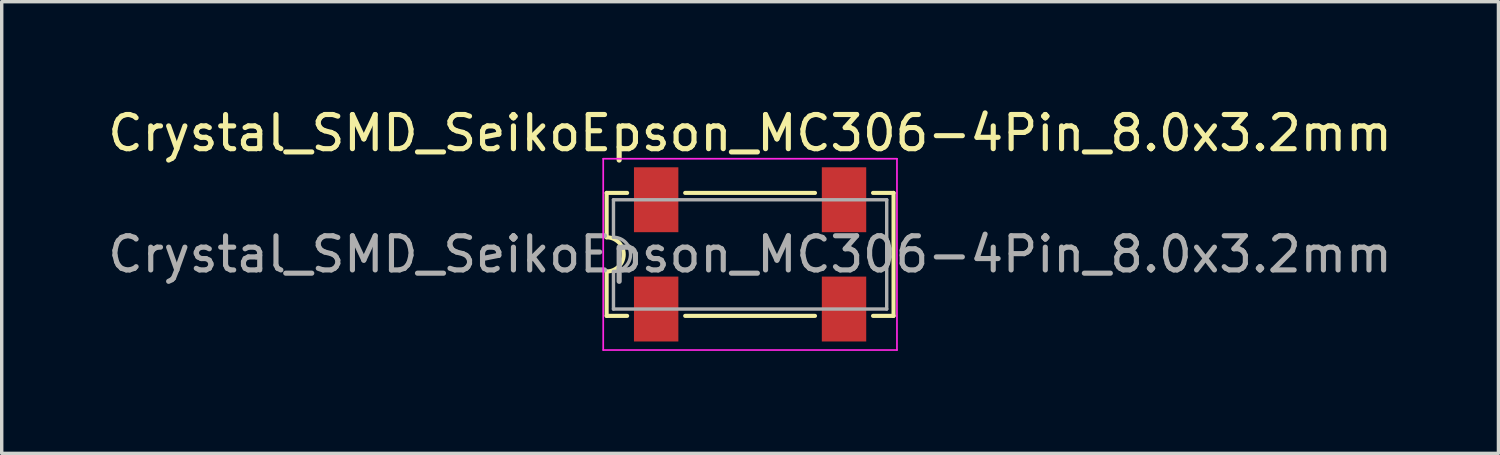
<source format=kicad_pcb>
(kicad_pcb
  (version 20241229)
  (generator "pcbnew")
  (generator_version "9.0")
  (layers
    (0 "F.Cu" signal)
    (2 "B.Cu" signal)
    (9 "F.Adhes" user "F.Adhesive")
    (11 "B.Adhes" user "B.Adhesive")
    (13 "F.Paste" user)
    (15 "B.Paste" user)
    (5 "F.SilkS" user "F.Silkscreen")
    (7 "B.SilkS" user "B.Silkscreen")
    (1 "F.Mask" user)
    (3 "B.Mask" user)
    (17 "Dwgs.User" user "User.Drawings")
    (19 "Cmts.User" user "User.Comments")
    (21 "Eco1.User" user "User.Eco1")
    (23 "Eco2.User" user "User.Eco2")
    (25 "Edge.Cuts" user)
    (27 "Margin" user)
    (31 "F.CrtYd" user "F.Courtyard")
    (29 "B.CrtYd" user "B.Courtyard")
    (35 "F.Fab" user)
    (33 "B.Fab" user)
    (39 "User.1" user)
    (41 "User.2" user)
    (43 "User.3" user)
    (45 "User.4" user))
  (footprint "Crystal_SMD_SeikoEpson_MC306-4Pin_8.0x3.2mm"
    (layer "F.Cu")
    (at 18.911 4.398)
    (property "Reference" "Crystal_SMD_SeikoEpson_MC306-4Pin_8.0x3.2mm" (at 0 -3.55 0) (layer "F.SilkS") (effects (font (size 1 1) (thickness 0.15))))
    (attr smd)
    (fp_line (start -4.2 -1.8) (end -3.6 -1.8) (stroke (width 0.12) (type solid)) (layer "F.SilkS"))
    (fp_line (start -4.2 -0.5) (end -4.2 -1.8) (stroke (width 0.12) (type solid)) (layer "F.SilkS"))
    (fp_line (start -4.2 1.8) (end -4.2 0.5) (stroke (width 0.12) (type solid)) (layer "F.SilkS"))
    (fp_line (start -4.2 1.8) (end -3.6 1.8) (stroke (width 0.12) (type solid)) (layer "F.SilkS"))
    (fp_line (start -1.9 -1.8) (end 1.9 -1.8) (stroke (width 0.12) (type solid)) (layer "F.SilkS"))
    (fp_line (start 1.9 1.8) (end -1.9 1.8) (stroke (width 0.12) (type solid)) (layer "F.SilkS"))
    (fp_line (start 3.6 -1.8) (end 4.2 -1.8) (stroke (width 0.12) (type solid)) (layer "F.SilkS"))
    (fp_line (start 4.2 -1.8) (end 4.2 1.8) (stroke (width 0.12) (type solid)) (layer "F.SilkS"))
    (fp_line (start 4.2 1.8) (end 3.6 1.8) (stroke (width 0.12) (type solid)) (layer "F.SilkS"))
    (fp_arc (start -4.2 -0.5) (mid -3.7 0) (end -4.2 0.5) (stroke (width 0.12) (type solid)) (layer "F.SilkS"))
    (fp_line (start -4.3 -2.8) (end -4.3 2.8) (stroke (width 0.05) (type solid)) (layer "F.CrtYd"))
    (fp_line (start -4.3 2.8) (end 4.3 2.8) (stroke (width 0.05) (type solid)) (layer "F.CrtYd"))
    (fp_line (start 4.3 -2.8) (end -4.3 -2.8) (stroke (width 0.05) (type solid)) (layer "F.CrtYd"))
    (fp_line (start 4.3 2.8) (end 4.3 -2.8) (stroke (width 0.05) (type solid)) (layer "F.CrtYd"))
    (fp_line (start -4 -1.6) (end 4 -1.6) (stroke (width 0.1) (type solid)) (layer "F.Fab"))
    (fp_line (start -4 -0.5) (end -4 -1.6) (stroke (width 0.1) (type solid)) (layer "F.Fab"))
    (fp_line (start -4 1.6) (end -4 0.5) (stroke (width 0.1) (type solid)) (layer "F.Fab"))
    (fp_line (start 4 -1.6) (end 4 1.6) (stroke (width 0.1) (type solid)) (layer "F.Fab"))
    (fp_line (start 4 1.6) (end -4 1.6) (stroke (width 0.1) (type solid)) (layer "F.Fab"))
    (fp_arc (start -4 -0.5) (mid -3.5 0) (end -4 0.5) (stroke (width 0.1) (type solid)) (layer "F.Fab"))
    (fp_text user "${REFERENCE}" (at 0 0 0) (layer "F.Fab") (effects (font (size 1 1) (thickness 0.15))))
    (pad "1" smd rect (at -2.75 1.6) (size 1.3 1.9) (layers "F.Cu" "F.Mask" "F.Paste"))
    (pad "2" smd rect (at 2.75 1.6) (size 1.3 1.9) (layers "F.Cu" "F.Mask" "F.Paste"))
    (pad "3" smd rect (at 2.75 -1.6) (size 1.3 1.9) (layers "F.Cu" "F.Mask" "F.Paste"))
    (pad "4" smd rect (at -2.75 -1.6) (size 1.3 1.9) (layers "F.Cu" "F.Mask" "F.Paste")))
  (gr_rect
    (start -3 -3)
    (end 40.821 10.223)
    (stroke (width 0.1) (type default))
    (fill no)
    (layer "Edge.Cuts")))
</source>
